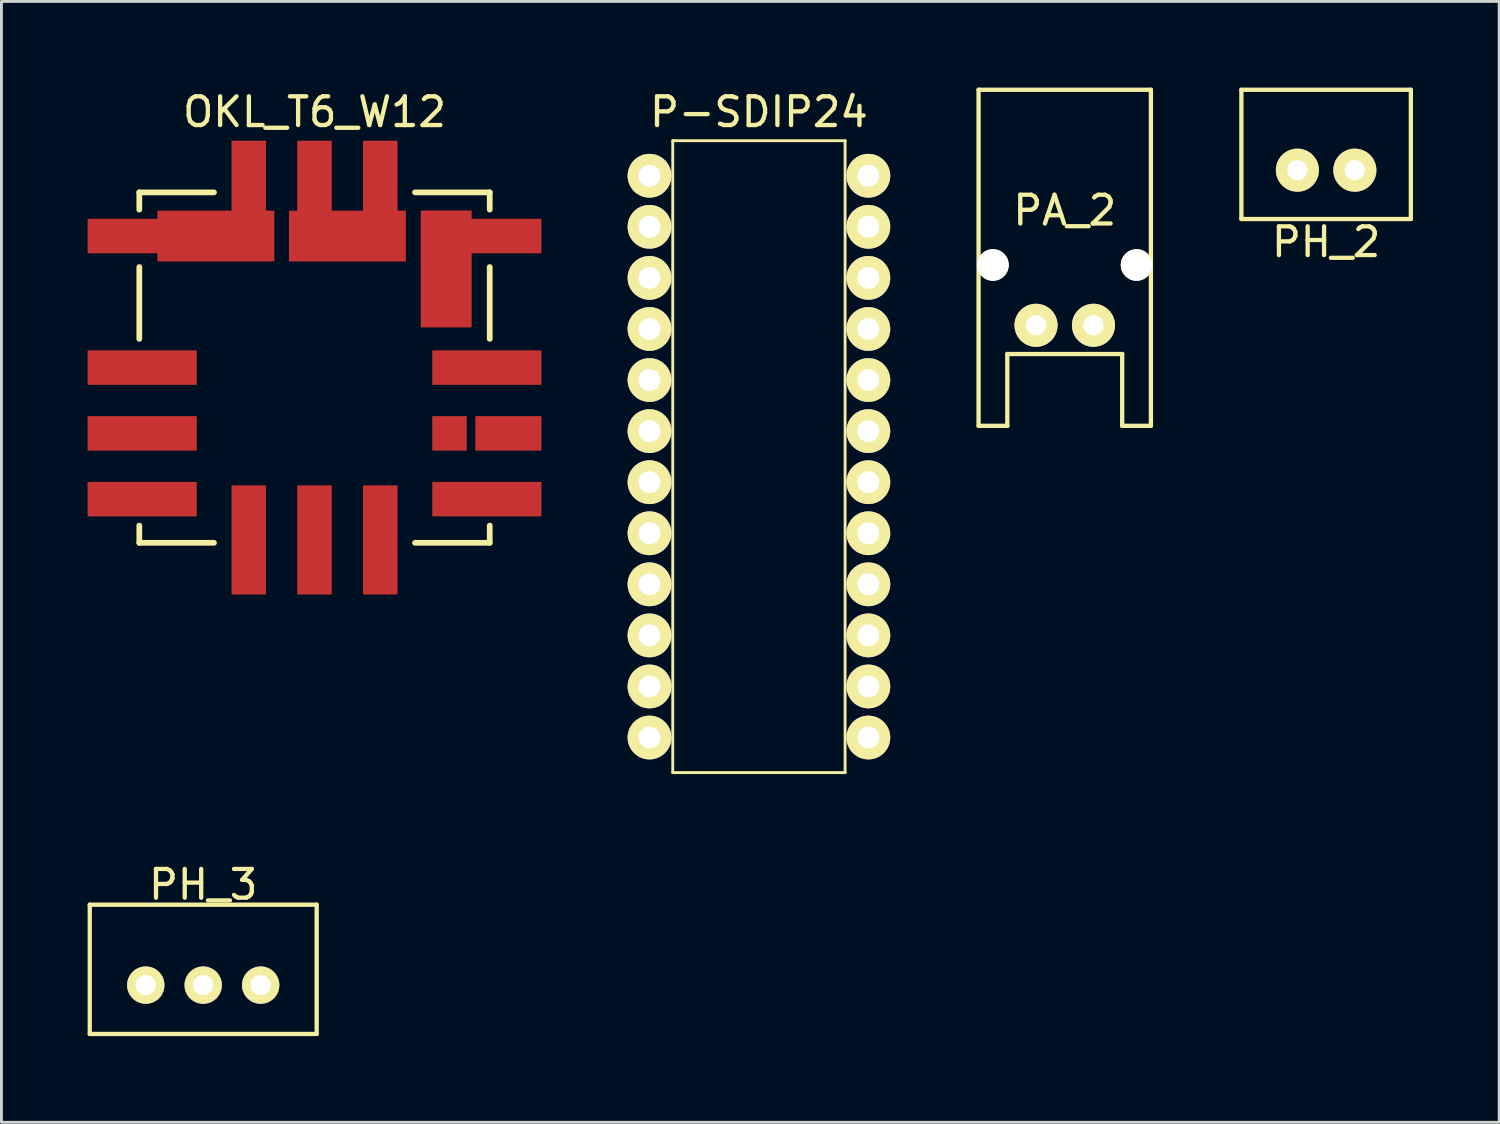
<source format=kicad_pcb>
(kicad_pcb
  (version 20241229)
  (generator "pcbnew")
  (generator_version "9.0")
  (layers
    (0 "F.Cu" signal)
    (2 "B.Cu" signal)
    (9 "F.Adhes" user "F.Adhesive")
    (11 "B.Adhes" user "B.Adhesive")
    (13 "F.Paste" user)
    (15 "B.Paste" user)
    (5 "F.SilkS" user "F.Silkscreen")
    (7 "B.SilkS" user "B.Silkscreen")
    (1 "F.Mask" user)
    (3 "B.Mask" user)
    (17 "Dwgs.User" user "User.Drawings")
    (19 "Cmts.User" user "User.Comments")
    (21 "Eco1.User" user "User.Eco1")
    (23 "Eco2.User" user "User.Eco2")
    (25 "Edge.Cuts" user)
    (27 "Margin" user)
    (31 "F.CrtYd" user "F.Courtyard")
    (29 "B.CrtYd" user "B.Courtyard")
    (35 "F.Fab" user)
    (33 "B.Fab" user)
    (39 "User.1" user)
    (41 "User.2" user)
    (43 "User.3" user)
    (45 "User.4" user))
  (footprint "PH_2"
    (layer "F.Cu")
    (at 43.119 2.875)
    (property "Reference" "PH_2" (at 0 2.5 0) (layer "F.SilkS") (effects (font (size 1 1) (thickness 0.15))))
    (attr through_hole)
    (fp_line (start -2.95 -2.8) (end 2.95 -2.8) (stroke (width 0.15) (type solid)) (layer "F.SilkS"))
    (fp_line (start -2.95 1.7) (end -2.95 -2.8) (stroke (width 0.15) (type solid)) (layer "F.SilkS"))
    (fp_line (start -2.95 1.7) (end 2.95 1.7) (stroke (width 0.15) (type solid)) (layer "F.SilkS"))
    (fp_line (start 2.95 1.7) (end 2.95 -2.8) (stroke (width 0.15) (type solid)) (layer "F.SilkS"))
    (pad "1" thru_hole circle (at -1 0) (size 1.5 1.5) (drill 0.7) (layers "*.Cu" "*.Mask" "F.SilkS"))
    (pad "2" thru_hole circle (at 1 0) (size 1.5 1.5) (drill 0.7) (layers "*.Cu" "*.Mask" "F.SilkS")))
  (footprint "P-SDIP24"
    (layer "F.Cu")
    (at 23.372 12.848)
    (property "Reference" "P-SDIP24" (at 0 -12 0) (layer "F.SilkS") (effects (font (size 1 1) (thickness 0.15))))
    (attr through_hole)
    (fp_line (start -3 -11) (end 3 -11) (stroke (width 0.1) (type solid)) (layer "F.SilkS"))
    (fp_line (start -3 11) (end -3 -11) (stroke (width 0.1) (type solid)) (layer "F.SilkS"))
    (fp_line (start 3 -11) (end 3 11) (stroke (width 0.1) (type solid)) (layer "F.SilkS"))
    (fp_line (start 3 11) (end -3 11) (stroke (width 0.1) (type solid)) (layer "F.SilkS"))
    (pad "1" thru_hole circle (at -3.81 -9.779) (size 1.524 1.524) (drill 0.762) (layers "*.Cu" "*.Mask" "F.SilkS"))
    (pad "2" thru_hole circle (at -3.81 -8.001) (size 1.524 1.524) (drill 0.762) (layers "*.Cu" "*.Mask" "F.SilkS"))
    (pad "3" thru_hole circle (at -3.81 -6.223) (size 1.524 1.524) (drill 0.762) (layers "*.Cu" "*.Mask" "F.SilkS"))
    (pad "4" thru_hole circle (at -3.81 -4.445) (size 1.524 1.524) (drill 0.762) (layers "*.Cu" "*.Mask" "F.SilkS"))
    (pad "5" thru_hole circle (at -3.81 -2.667) (size 1.524 1.524) (drill 0.762) (layers "*.Cu" "*.Mask" "F.SilkS"))
    (pad "6" thru_hole circle (at -3.81 -0.889) (size 1.524 1.524) (drill 0.762) (layers "*.Cu" "*.Mask" "F.SilkS"))
    (pad "7" thru_hole circle (at -3.81 0.889) (size 1.524 1.524) (drill 0.762) (layers "*.Cu" "*.Mask" "F.SilkS"))
    (pad "8" thru_hole circle (at -3.81 2.667) (size 1.524 1.524) (drill 0.762) (layers "*.Cu" "*.Mask" "F.SilkS"))
    (pad "9" thru_hole circle (at -3.81 4.445) (size 1.524 1.524) (drill 0.762) (layers "*.Cu" "*.Mask" "F.SilkS"))
    (pad "10" thru_hole circle (at -3.81 6.223) (size 1.524 1.524) (drill 0.762) (layers "*.Cu" "*.Mask" "F.SilkS"))
    (pad "11" thru_hole circle (at -3.81 8.001) (size 1.524 1.524) (drill 0.762) (layers "*.Cu" "*.Mask" "F.SilkS"))
    (pad "12" thru_hole circle (at -3.81 9.779) (size 1.524 1.524) (drill 0.762) (layers "*.Cu" "*.Mask" "F.SilkS"))
    (pad "13" thru_hole circle (at 3.81 9.779) (size 1.524 1.524) (drill 0.762) (layers "*.Cu" "*.Mask" "F.SilkS"))
    (pad "14" thru_hole circle (at 3.81 8.001) (size 1.524 1.524) (drill 0.762) (layers "*.Cu" "*.Mask" "F.SilkS"))
    (pad "15" thru_hole circle (at 3.81 6.223) (size 1.524 1.524) (drill 0.762) (layers "*.Cu" "*.Mask" "F.SilkS"))
    (pad "16" thru_hole circle (at 3.81 4.445) (size 1.524 1.524) (drill 0.762) (layers "*.Cu" "*.Mask" "F.SilkS"))
    (pad "17" thru_hole circle (at 3.81 2.667) (size 1.524 1.524) (drill 0.762) (layers "*.Cu" "*.Mask" "F.SilkS"))
    (pad "18" thru_hole circle (at 3.81 0.889) (size 1.524 1.524) (drill 0.762) (layers "*.Cu" "*.Mask" "F.SilkS"))
    (pad "19" thru_hole circle (at 3.81 -0.889) (size 1.524 1.524) (drill 0.762) (layers "*.Cu" "*.Mask" "F.SilkS"))
    (pad "20" thru_hole circle (at 3.81 -2.667) (size 1.524 1.524) (drill 0.762) (layers "*.Cu" "*.Mask" "F.SilkS"))
    (pad "21" thru_hole circle (at 3.81 -4.445) (size 1.524 1.524) (drill 0.762) (layers "*.Cu" "*.Mask" "F.SilkS"))
    (pad "22" thru_hole circle (at 3.81 -6.223) (size 1.524 1.524) (drill 0.762) (layers "*.Cu" "*.Mask" "F.SilkS"))
    (pad "23" thru_hole circle (at 3.81 -8.001) (size 1.524 1.524) (drill 0.762) (layers "*.Cu" "*.Mask" "F.SilkS"))
    (pad "24" thru_hole circle (at 3.81 -9.779) (size 1.524 1.524) (drill 0.762) (layers "*.Cu" "*.Mask" "F.SilkS")))
  (footprint "OKL_T6_W12"
    (layer "F.Cu")
    (at 7.9 9.748)
    (property "Reference" "OKL_T6_W12" (at 0 -8.9 0) (layer "F.SilkS") (effects (font (size 1 1) (thickness 0.15))))
    (attr through_hole)
    (fp_line (start -6.1 -6.1) (end -3.5 -6.1) (stroke (width 0.2) (type solid)) (layer "F.SilkS"))
    (fp_line (start -6.1 -5.5) (end -6.1 -6.1) (stroke (width 0.2) (type solid)) (layer "F.SilkS"))
    (fp_line (start -6.1 -3.5) (end -6.1 -1) (stroke (width 0.2) (type solid)) (layer "F.SilkS"))
    (fp_line (start -6.1 6.1) (end -6.1 5.5) (stroke (width 0.2) (type solid)) (layer "F.SilkS"))
    (fp_line (start -3.5 6.1) (end -6.1 6.1) (stroke (width 0.2) (type solid)) (layer "F.SilkS"))
    (fp_line (start 3.5 6.1) (end 6.1 6.1) (stroke (width 0.2) (type solid)) (layer "F.SilkS"))
    (fp_line (start 6.1 -6.1) (end 3.5 -6.1) (stroke (width 0.2) (type solid)) (layer "F.SilkS"))
    (fp_line (start 6.1 -6.1) (end 6.1 -5.5) (stroke (width 0.2) (type solid)) (layer "F.SilkS"))
    (fp_line (start 6.1 -3.5) (end 6.1 -1) (stroke (width 0.2) (type solid)) (layer "F.SilkS"))
    (fp_line (start 6.1 6.1) (end 6.1 5.5) (stroke (width 0.2) (type solid)) (layer "F.SilkS"))
    (pad "1" smd rect (at -6 0) (size 3.8 1.2) (layers "F.Cu" "F.Mask" "F.Paste"))
    (pad "2" smd rect (at -6 -4.58) (size 3.8 1.2) (layers "F.Cu" "F.Mask" "F.Paste"))
    (pad "2" smd rect (at -3.435 -4.58) (size 4.07 1.77) (layers "F.Cu" "F.Mask" "F.Paste"))
    (pad "2" smd rect (at -2.29 -6 90) (size 3.8 1.2) (layers "F.Cu" "F.Mask" "F.Paste"))
    (pad "3" smd rect (at 0 -6 90) (size 3.8 1.2) (layers "F.Cu" "F.Mask" "F.Paste"))
    (pad "3" smd rect (at 1.145 -4.58) (size 4.07 1.77) (layers "F.Cu" "F.Mask" "F.Paste"))
    (pad "3" smd rect (at 2.29 -6 90) (size 3.8 1.2) (layers "F.Cu" "F.Mask" "F.Paste"))
    (pad "4" smd rect (at 4.585 -3.435) (size 1.77 4.07) (layers "F.Cu" "F.Mask" "F.Paste"))
    (pad "4" smd rect (at 6 -4.58) (size 3.8 1.2) (layers "F.Cu" "F.Mask" "F.Paste"))
    (pad "5" smd rect (at 6 0) (size 3.8 1.2) (layers "F.Cu" "F.Mask" "F.Paste"))
    (pad "6" smd rect (at 6 4.58) (size 3.8 1.2) (layers "F.Cu" "F.Mask" "F.Paste"))
    (pad "7" smd rect (at 0 6 90) (size 3.8 1.2) (layers "F.Cu" "F.Mask" "F.Paste"))
    (pad "8" smd rect (at -2.29 6 90) (size 3.8 1.2) (layers "F.Cu" "F.Mask" "F.Paste"))
    (pad "9" smd rect (at -6 4.58) (size 3.8 1.2) (layers "F.Cu" "F.Mask" "F.Paste"))
    (pad "10" smd rect (at -6 2.29) (size 3.8 1.2) (layers "F.Cu" "F.Mask" "F.Paste"))
    (pad "11" smd rect (at 4.7 2.29) (size 1.2 1.2) (layers "F.Cu" "F.Mask" "F.Paste"))
    (pad "12" smd rect (at 2.29 6 90) (size 3.8 1.2) (layers "F.Cu" "F.Mask" "F.Paste"))
    (pad "~" smd rect (at 6.75 2.29) (size 2.3 1.2) (layers "F.Cu" "F.Mask" "F.Paste")))
  (footprint "PH_3"
    (layer "F.Cu")
    (at 4.025 31.247)
    (property "Reference" "PH_3" (at 0 -3.5 0) (layer "F.SilkS") (effects (font (size 1 1) (thickness 0.15))))
    (attr through_hole)
    (fp_line (start -3.95 -2.8) (end -3.95 1.7) (stroke (width 0.15) (type solid)) (layer "F.SilkS"))
    (fp_line (start -3.95 1.7) (end 3.95 1.7) (stroke (width 0.15) (type solid)) (layer "F.SilkS"))
    (fp_line (start 3.95 -2.8) (end -3.95 -2.8) (stroke (width 0.15) (type solid)) (layer "F.SilkS"))
    (fp_line (start 3.95 1.7) (end 3.95 -2.8) (stroke (width 0.15) (type solid)) (layer "F.SilkS"))
    (pad "1" thru_hole circle (at -2 0) (size 1.3 1.3) (drill 0.7) (layers "*.Cu" "*.Mask" "F.SilkS"))
    (pad "2" thru_hole circle (at 0 0) (size 1.3 1.3) (drill 0.7) (layers "*.Cu" "*.Mask" "F.SilkS"))
    (pad "3" thru_hole circle (at 2 0) (size 1.3 1.3) (drill 0.7) (layers "*.Cu" "*.Mask" "F.SilkS")))
  (footprint "PA_2"
    (layer "F.Cu")
    (at 34.019 8.275)
    (property "Reference" "PA_2" (at 0 -4 0) (layer "F.SilkS") (effects (font (size 1 1) (thickness 0.15))))
    (attr through_hole)
    (fp_line (start -3 -8.2) (end -3 3.5) (stroke (width 0.15) (type solid)) (layer "F.SilkS"))
    (fp_line (start -3 -8.2) (end 3 -8.2) (stroke (width 0.15) (type solid)) (layer "F.SilkS"))
    (fp_line (start -3 3.5) (end -2 3.5) (stroke (width 0.15) (type solid)) (layer "F.SilkS"))
    (fp_line (start -2 1) (end 2 1) (stroke (width 0.15) (type solid)) (layer "F.SilkS"))
    (fp_line (start -2 3.5) (end -2 1) (stroke (width 0.15) (type solid)) (layer "F.SilkS"))
    (fp_line (start 2 1) (end 2 3.5) (stroke (width 0.15) (type solid)) (layer "F.SilkS"))
    (fp_line (start 3 -8.2) (end 3 3.5) (stroke (width 0.15) (type solid)) (layer "F.SilkS"))
    (fp_line (start 3 3.5) (end 2 3.5) (stroke (width 0.15) (type solid)) (layer "F.SilkS"))
    (pad "" np_thru_hole circle (at -2.5 -2.1) (size 1.1 1.1) (drill 1.1) (layers "*.Cu" "*.Mask" "F.SilkS"))
    (pad "" np_thru_hole circle (at 2.5 -2.1) (size 1.1 1.1) (drill 1.1) (layers "*.Cu" "*.Mask" "F.SilkS"))
    (pad "1" thru_hole circle (at -1 0) (size 1.5 1.5) (drill 0.7) (layers "*.Cu" "*.Mask" "F.SilkS"))
    (pad "2" thru_hole circle (at 1 0) (size 1.5 1.5) (drill 0.7) (layers "*.Cu" "*.Mask" "F.SilkS")))
  (gr_rect
    (start -3 -3)
    (end 49.144 36.022)
    (stroke (width 0.1) (type default))
    (fill no)
    (layer "Edge.Cuts")))
</source>
